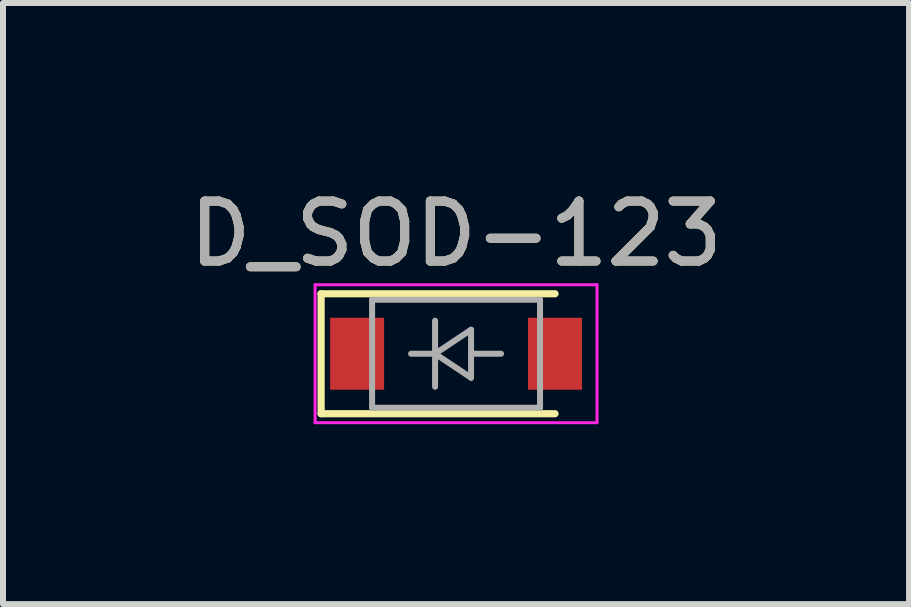
<source format=kicad_pcb>
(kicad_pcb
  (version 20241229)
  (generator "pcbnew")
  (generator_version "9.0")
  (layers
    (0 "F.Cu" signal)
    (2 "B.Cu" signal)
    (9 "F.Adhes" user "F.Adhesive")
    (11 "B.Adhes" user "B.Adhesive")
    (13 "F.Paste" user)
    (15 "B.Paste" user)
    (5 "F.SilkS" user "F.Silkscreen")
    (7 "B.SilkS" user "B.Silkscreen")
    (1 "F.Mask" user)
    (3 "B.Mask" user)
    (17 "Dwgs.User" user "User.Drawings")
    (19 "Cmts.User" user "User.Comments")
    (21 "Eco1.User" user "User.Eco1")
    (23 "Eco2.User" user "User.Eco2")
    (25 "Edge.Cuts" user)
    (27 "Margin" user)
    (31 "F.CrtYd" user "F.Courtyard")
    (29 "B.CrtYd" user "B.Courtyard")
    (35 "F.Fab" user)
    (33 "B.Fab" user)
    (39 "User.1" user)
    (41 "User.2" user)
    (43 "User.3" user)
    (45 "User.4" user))
  (footprint "D_SOD-123"
    (layer "F.Cu")
    (at 4.554 2.848)
    (property "Reference" "D_SOD-123" (at 0 -2 0) (layer "F.SilkS") (effects (font (size 1 1) (thickness 0.15))))
    (attr smd)
    (fp_line (start -2.25 -1) (end -2.25 1) (stroke (width 0.12) (type solid)) (layer "F.SilkS"))
    (fp_line (start -2.25 -1) (end 1.65 -1) (stroke (width 0.12) (type solid)) (layer "F.SilkS"))
    (fp_line (start -2.25 1) (end 1.65 1) (stroke (width 0.12) (type solid)) (layer "F.SilkS"))
    (fp_line (start -2.35 -1.15) (end -2.35 1.15) (stroke (width 0.05) (type solid)) (layer "F.CrtYd"))
    (fp_line (start -2.35 -1.15) (end 2.35 -1.15) (stroke (width 0.05) (type solid)) (layer "F.CrtYd"))
    (fp_line (start 2.35 -1.15) (end 2.35 1.15) (stroke (width 0.05) (type solid)) (layer "F.CrtYd"))
    (fp_line (start 2.35 1.15) (end -2.35 1.15) (stroke (width 0.05) (type solid)) (layer "F.CrtYd"))
    (fp_line (start -1.4 -0.9) (end 1.4 -0.9) (stroke (width 0.1) (type solid)) (layer "F.Fab"))
    (fp_line (start -1.4 0.9) (end -1.4 -0.9) (stroke (width 0.1) (type solid)) (layer "F.Fab"))
    (fp_line (start -0.75 0) (end -0.35 0) (stroke (width 0.1) (type solid)) (layer "F.Fab"))
    (fp_line (start -0.35 0) (end -0.35 -0.55) (stroke (width 0.1) (type solid)) (layer "F.Fab"))
    (fp_line (start -0.35 0) (end -0.35 0.55) (stroke (width 0.1) (type solid)) (layer "F.Fab"))
    (fp_line (start -0.35 0) (end 0.25 -0.4) (stroke (width 0.1) (type solid)) (layer "F.Fab"))
    (fp_line (start 0.25 -0.4) (end 0.25 0.4) (stroke (width 0.1) (type solid)) (layer "F.Fab"))
    (fp_line (start 0.25 0) (end 0.75 0) (stroke (width 0.1) (type solid)) (layer "F.Fab"))
    (fp_line (start 0.25 0.4) (end -0.35 0) (stroke (width 0.1) (type solid)) (layer "F.Fab"))
    (fp_line (start 1.4 -0.9) (end 1.4 0.9) (stroke (width 0.1) (type solid)) (layer "F.Fab"))
    (fp_line (start 1.4 0.9) (end -1.4 0.9) (stroke (width 0.1) (type solid)) (layer "F.Fab"))
    (fp_text user "${REFERENCE}" (at 0 -2 0) (layer "F.Fab") (effects (font (size 1 1) (thickness 0.15))))
    (pad "1" smd rect (at 1.65 0) (size 0.9 1.2) (layers "F.Cu" "F.Mask" "F.Paste"))
    (pad "2" smd rect (at -1.65 0) (size 0.9 1.2) (layers "F.Cu" "F.Mask" "F.Paste")))
  (gr_rect
    (start -3 -3)
    (end 12.107 7.023)
    (stroke (width 0.1) (type default))
    (fill no)
    (layer "Edge.Cuts")))
</source>
